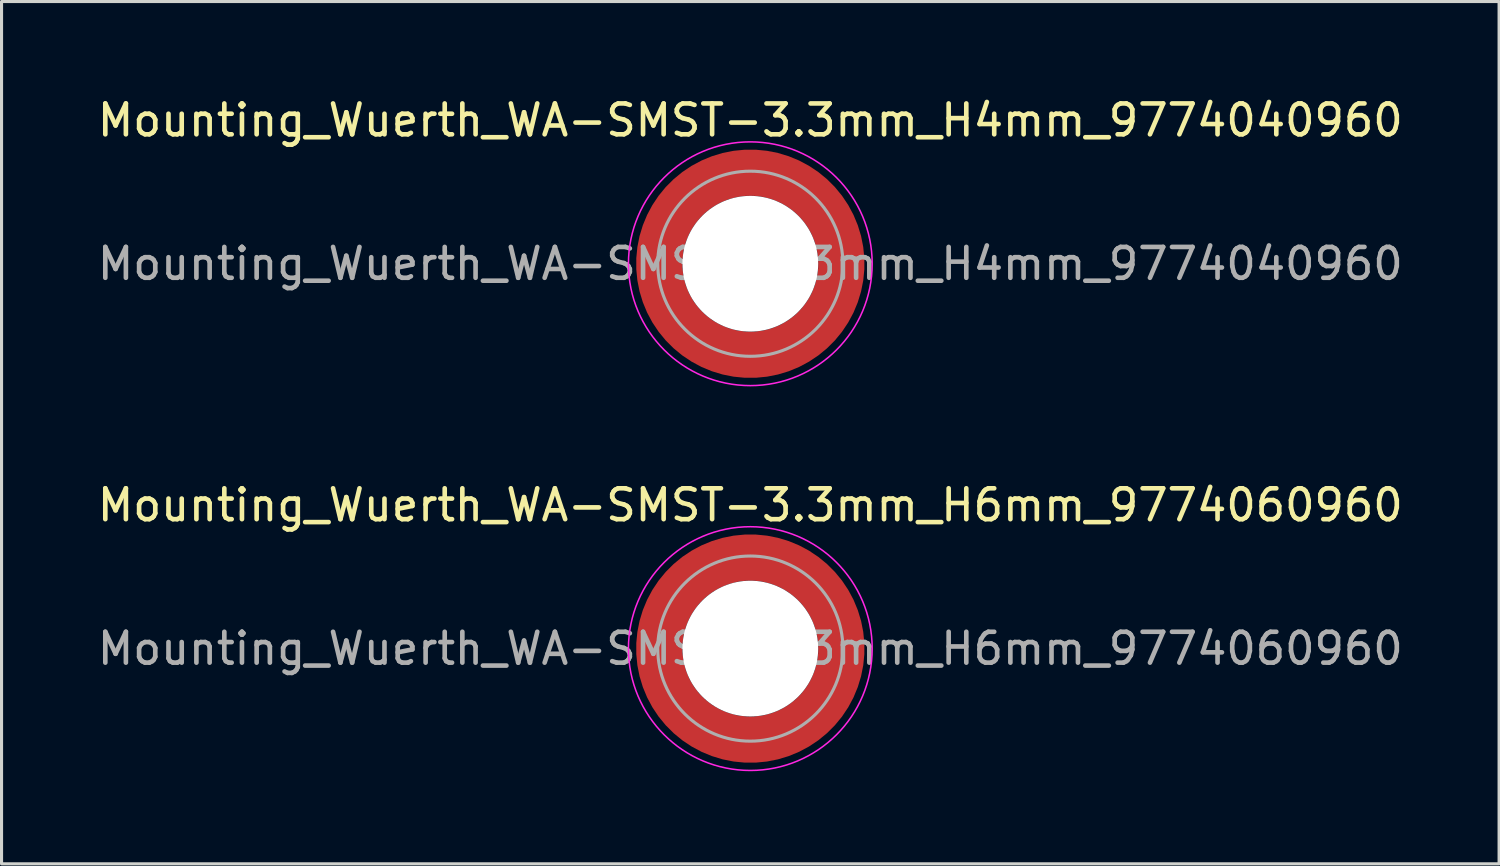
<source format=kicad_pcb>
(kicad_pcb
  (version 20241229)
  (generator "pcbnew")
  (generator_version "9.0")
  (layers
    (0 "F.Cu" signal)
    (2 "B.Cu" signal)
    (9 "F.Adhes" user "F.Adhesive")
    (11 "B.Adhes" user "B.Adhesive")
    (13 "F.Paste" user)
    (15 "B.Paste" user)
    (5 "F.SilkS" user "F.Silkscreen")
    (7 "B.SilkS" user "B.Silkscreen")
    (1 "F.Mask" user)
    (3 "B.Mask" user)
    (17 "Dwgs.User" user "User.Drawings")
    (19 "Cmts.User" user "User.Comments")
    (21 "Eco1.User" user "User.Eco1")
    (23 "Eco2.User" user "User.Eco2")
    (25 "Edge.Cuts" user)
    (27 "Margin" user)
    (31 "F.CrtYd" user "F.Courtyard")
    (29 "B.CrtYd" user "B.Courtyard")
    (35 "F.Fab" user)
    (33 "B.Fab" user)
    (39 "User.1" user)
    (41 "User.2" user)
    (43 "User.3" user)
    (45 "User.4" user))
  (footprint "Mounting_Wuerth_WA-SMST-3.3mm_H4mm_9774040960"
    (layer "F.Cu")
    (at 21.268 5.498)
    (property "Reference" "Mounting_Wuerth_WA-SMST-3.3mm_H4mm_9774040960" (at 0 -4.65 0) (layer "F.SilkS") (effects (font (size 1 1) (thickness 0.15))))
    (attr smd)
    (fp_circle (center 0 0) (end 3.95 0) (stroke (width 0.05) (type solid)) (fill no) (layer "F.CrtYd"))
    (fp_circle (center 0 0) (end 3 0) (stroke (width 0.1) (type solid)) (fill no) (layer "F.Fab"))
    (fp_text user "${REFERENCE}" (at 0 0 0) (layer "F.Fab") (effects (font (size 1 1) (thickness 0.15))))
    (pad "" smd custom (at -2.058 -2.058) (size 0.7 0.7) (layers "F.Paste") (options (anchor circle)) (primitives (gr_arc (start -0.377294 1.707681) (mid 0.317579 0.318817) (end 1.705947 -0.377044) (width 0.2)) (gr_arc (start -0.478281 1.707681) (mid 0.246161 0.248814) (end 1.703965 -0.477765) (width 0.2)) (gr_arc (start -0.579192 1.707681) (mid 0.175492 0.178063) (end 1.704077 -0.578711) (width 0.2)) (gr_arc (start -0.680037 1.707681) (mid 0.105568 0.106564) (end 1.706284 -0.679858) (width 0.2)) (gr_arc (start -0.780822 1.707681) (mid 0.034627 0.036085) (end 1.705634 -0.780569) (width 0.2)) (gr_arc (start -0.881554 1.707681) (mid -0.035694 -0.035016) (end 1.706729 -0.881441) (width 0.2)) (gr_arc (start -0.982237 1.707681) (mid -0.107281 -0.10485) (end 1.704266 -0.981842) (width 0.2)) (gr_arc (start -1.082877 1.707681) (mid -0.178372 -0.175181) (end 1.703197 -1.082374) (width 0.2)) (gr_arc (start -1.183476 1.707681) (mid -0.248964 -0.246008) (end 1.703525 -1.183025) (width 0.2)) (gr_arc (start -1.28404 1.707681) (mid -0.319062 -0.317333) (end 1.70525 -1.283784) (width 0.2)) (gr_line (start 1.708 -0.377) (end 1.708 -1.284) (width 0.2)) (gr_line (start -0.377 1.708) (end -1.284 1.708) (width 0.2))))
    (pad "" smd custom (at -2.058 2.058) (size 0.7 0.7) (layers "F.Paste") (options (anchor circle)) (primitives (gr_arc (start 1.707681 0.377294) (mid 0.318817 -0.317579) (end -0.377044 -1.705947) (width 0.2)) (gr_arc (start 1.707681 0.478281) (mid 0.248814 -0.246161) (end -0.477765 -1.703965) (width 0.2)) (gr_arc (start 1.707681 0.579192) (mid 0.178063 -0.175492) (end -0.578711 -1.704077) (width 0.2)) (gr_arc (start 1.707681 0.680037) (mid 0.106564 -0.105568) (end -0.679858 -1.706284) (width 0.2)) (gr_arc (start 1.707681 0.780822) (mid 0.036085 -0.034627) (end -0.780569 -1.705634) (width 0.2)) (gr_arc (start 1.707681 0.881554) (mid -0.035016 0.035694) (end -0.881441 -1.706729) (width 0.2)) (gr_arc (start 1.707681 0.982237) (mid -0.10485 0.107281) (end -0.981842 -1.704266) (width 0.2)) (gr_arc (start 1.707681 1.082877) (mid -0.175181 0.178372) (end -1.082374 -1.703197) (width 0.2)) (gr_arc (start 1.707681 1.183476) (mid -0.246008 0.248964) (end -1.183025 -1.703525) (width 0.2)) (gr_arc (start 1.707681 1.28404) (mid -0.317333 0.319062) (end -1.283784 -1.70525) (width 0.2)) (gr_line (start -0.377 -1.708) (end -1.284 -1.708) (width 0.2)) (gr_line (start 1.708 0.377) (end 1.708 1.284) (width 0.2))))
    (pad "" np_thru_hole circle (at 0 0) (size 4.4 4.4) (drill 4.4) (layers "*.Cu" "*.Mask"))
    (pad "" smd custom (at 2.058 -2.058) (size 0.7 0.7) (layers "F.Paste") (options (anchor circle)) (primitives (gr_arc (start -1.707681 -0.377294) (mid -0.318817 0.317579) (end 0.377044 1.705947) (width 0.2)) (gr_arc (start -1.707681 -0.478281) (mid -0.248814 0.246161) (end 0.477765 1.703965) (width 0.2)) (gr_arc (start -1.707681 -0.579192) (mid -0.178063 0.175492) (end 0.578711 1.704077) (width 0.2)) (gr_arc (start -1.707681 -0.680037) (mid -0.106564 0.105568) (end 0.679858 1.706284) (width 0.2)) (gr_arc (start -1.707681 -0.780822) (mid -0.036085 0.034627) (end 0.780569 1.705634) (width 0.2)) (gr_arc (start -1.707681 -0.881554) (mid 0.035016 -0.035694) (end 0.881441 1.706729) (width 0.2)) (gr_arc (start -1.707681 -0.982237) (mid 0.10485 -0.107281) (end 0.981842 1.704266) (width 0.2)) (gr_arc (start -1.707681 -1.082877) (mid 0.175181 -0.178372) (end 1.082374 1.703197) (width 0.2)) (gr_arc (start -1.707681 -1.183476) (mid 0.246008 -0.248964) (end 1.183025 1.703525) (width 0.2)) (gr_arc (start -1.707681 -1.28404) (mid 0.317333 -0.319062) (end 1.283784 1.70525) (width 0.2)) (gr_line (start 0.377 1.708) (end 1.284 1.708) (width 0.2)) (gr_line (start -1.708 -0.377) (end -1.708 -1.284) (width 0.2))))
    (pad "" smd custom (at 2.058 2.058) (size 0.7 0.7) (layers "F.Paste") (options (anchor circle)) (primitives (gr_arc (start 0.377294 -1.707681) (mid -0.317579 -0.318817) (end -1.705947 0.377044) (width 0.2)) (gr_arc (start 0.478281 -1.707681) (mid -0.246161 -0.248814) (end -1.703965 0.477765) (width 0.2)) (gr_arc (start 0.579192 -1.707681) (mid -0.175492 -0.178063) (end -1.704077 0.578711) (width 0.2)) (gr_arc (start 0.680037 -1.707681) (mid -0.105568 -0.106564) (end -1.706284 0.679858) (width 0.2)) (gr_arc (start 0.780822 -1.707681) (mid -0.034627 -0.036085) (end -1.705634 0.780569) (width 0.2)) (gr_arc (start 0.881554 -1.707681) (mid 0.035694 0.035016) (end -1.706729 0.881441) (width 0.2)) (gr_arc (start 0.982237 -1.707681) (mid 0.107281 0.10485) (end -1.704266 0.981842) (width 0.2)) (gr_arc (start 1.082877 -1.707681) (mid 0.178372 0.175181) (end -1.703197 1.082374) (width 0.2)) (gr_arc (start 1.183476 -1.707681) (mid 0.248964 0.246008) (end -1.703525 1.183025) (width 0.2)) (gr_arc (start 1.28404 -1.707681) (mid 0.319062 0.317333) (end -1.70525 1.283784) (width 0.2)) (gr_line (start -1.708 0.377) (end -1.708 1.284) (width 0.2)) (gr_line (start 0.377 -1.708) (end 1.284 -1.708) (width 0.2))))
    (pad "1" smd circle (at -2.95 0) (size 1.1 1.1) (layers "F.Cu"))
    (pad "1" smd circle (at 0 -2.95) (size 1.1 1.1) (layers "F.Cu"))
    (pad "1" smd circle (at 0 2.95) (size 1.1 1.1) (layers "F.Cu"))
    (pad "1" smd custom (at 2.95 0) (size 1.1 1.1) (layers "F.Cu" "F.Mask") (options (anchor circle)) (primitives (gr_circle (center -2.95 0) (end 0 0) (width 1.5) (fill no)))))
  (footprint "Mounting_Wuerth_WA-SMST-3.3mm_H6mm_9774060960"
    (layer "F.Cu")
    (at 21.268 17.971)
    (property "Reference" "Mounting_Wuerth_WA-SMST-3.3mm_H6mm_9774060960" (at 0 -4.65 0) (layer "F.SilkS") (effects (font (size 1 1) (thickness 0.15))))
    (attr smd)
    (fp_circle (center 0 0) (end 3.95 0) (stroke (width 0.05) (type solid)) (fill no) (layer "F.CrtYd"))
    (fp_circle (center 0 0) (end 3 0) (stroke (width 0.1) (type solid)) (fill no) (layer "F.Fab"))
    (fp_text user "${REFERENCE}" (at 0 0 0) (layer "F.Fab") (effects (font (size 1 1) (thickness 0.15))))
    (pad "" smd custom (at -2.058 -2.058) (size 0.7 0.7) (layers "F.Paste") (options (anchor circle)) (primitives (gr_arc (start -0.377294 1.707681) (mid 0.317579 0.318817) (end 1.705947 -0.377044) (width 0.2)) (gr_arc (start -0.478281 1.707681) (mid 0.246161 0.248814) (end 1.703965 -0.477765) (width 0.2)) (gr_arc (start -0.579192 1.707681) (mid 0.175492 0.178063) (end 1.704077 -0.578711) (width 0.2)) (gr_arc (start -0.680037 1.707681) (mid 0.105568 0.106564) (end 1.706284 -0.679858) (width 0.2)) (gr_arc (start -0.780822 1.707681) (mid 0.034627 0.036085) (end 1.705634 -0.780569) (width 0.2)) (gr_arc (start -0.881554 1.707681) (mid -0.035694 -0.035016) (end 1.706729 -0.881441) (width 0.2)) (gr_arc (start -0.982237 1.707681) (mid -0.107281 -0.10485) (end 1.704266 -0.981842) (width 0.2)) (gr_arc (start -1.082877 1.707681) (mid -0.178372 -0.175181) (end 1.703197 -1.082374) (width 0.2)) (gr_arc (start -1.183476 1.707681) (mid -0.248964 -0.246008) (end 1.703525 -1.183025) (width 0.2)) (gr_arc (start -1.28404 1.707681) (mid -0.319062 -0.317333) (end 1.70525 -1.283784) (width 0.2)) (gr_line (start 1.708 -0.377) (end 1.708 -1.284) (width 0.2)) (gr_line (start -0.377 1.708) (end -1.284 1.708) (width 0.2))))
    (pad "" smd custom (at -2.058 2.058) (size 0.7 0.7) (layers "F.Paste") (options (anchor circle)) (primitives (gr_arc (start 1.707681 0.377294) (mid 0.318817 -0.317579) (end -0.377044 -1.705947) (width 0.2)) (gr_arc (start 1.707681 0.478281) (mid 0.248814 -0.246161) (end -0.477765 -1.703965) (width 0.2)) (gr_arc (start 1.707681 0.579192) (mid 0.178063 -0.175492) (end -0.578711 -1.704077) (width 0.2)) (gr_arc (start 1.707681 0.680037) (mid 0.106564 -0.105568) (end -0.679858 -1.706284) (width 0.2)) (gr_arc (start 1.707681 0.780822) (mid 0.036085 -0.034627) (end -0.780569 -1.705634) (width 0.2)) (gr_arc (start 1.707681 0.881554) (mid -0.035016 0.035694) (end -0.881441 -1.706729) (width 0.2)) (gr_arc (start 1.707681 0.982237) (mid -0.10485 0.107281) (end -0.981842 -1.704266) (width 0.2)) (gr_arc (start 1.707681 1.082877) (mid -0.175181 0.178372) (end -1.082374 -1.703197) (width 0.2)) (gr_arc (start 1.707681 1.183476) (mid -0.246008 0.248964) (end -1.183025 -1.703525) (width 0.2)) (gr_arc (start 1.707681 1.28404) (mid -0.317333 0.319062) (end -1.283784 -1.70525) (width 0.2)) (gr_line (start -0.377 -1.708) (end -1.284 -1.708) (width 0.2)) (gr_line (start 1.708 0.377) (end 1.708 1.284) (width 0.2))))
    (pad "" np_thru_hole circle (at 0 0) (size 4.4 4.4) (drill 4.4) (layers "*.Cu" "*.Mask"))
    (pad "" smd custom (at 2.058 -2.058) (size 0.7 0.7) (layers "F.Paste") (options (anchor circle)) (primitives (gr_arc (start -1.707681 -0.377294) (mid -0.318817 0.317579) (end 0.377044 1.705947) (width 0.2)) (gr_arc (start -1.707681 -0.478281) (mid -0.248814 0.246161) (end 0.477765 1.703965) (width 0.2)) (gr_arc (start -1.707681 -0.579192) (mid -0.178063 0.175492) (end 0.578711 1.704077) (width 0.2)) (gr_arc (start -1.707681 -0.680037) (mid -0.106564 0.105568) (end 0.679858 1.706284) (width 0.2)) (gr_arc (start -1.707681 -0.780822) (mid -0.036085 0.034627) (end 0.780569 1.705634) (width 0.2)) (gr_arc (start -1.707681 -0.881554) (mid 0.035016 -0.035694) (end 0.881441 1.706729) (width 0.2)) (gr_arc (start -1.707681 -0.982237) (mid 0.10485 -0.107281) (end 0.981842 1.704266) (width 0.2)) (gr_arc (start -1.707681 -1.082877) (mid 0.175181 -0.178372) (end 1.082374 1.703197) (width 0.2)) (gr_arc (start -1.707681 -1.183476) (mid 0.246008 -0.248964) (end 1.183025 1.703525) (width 0.2)) (gr_arc (start -1.707681 -1.28404) (mid 0.317333 -0.319062) (end 1.283784 1.70525) (width 0.2)) (gr_line (start 0.377 1.708) (end 1.284 1.708) (width 0.2)) (gr_line (start -1.708 -0.377) (end -1.708 -1.284) (width 0.2))))
    (pad "" smd custom (at 2.058 2.058) (size 0.7 0.7) (layers "F.Paste") (options (anchor circle)) (primitives (gr_arc (start 0.377294 -1.707681) (mid -0.317579 -0.318817) (end -1.705947 0.377044) (width 0.2)) (gr_arc (start 0.478281 -1.707681) (mid -0.246161 -0.248814) (end -1.703965 0.477765) (width 0.2)) (gr_arc (start 0.579192 -1.707681) (mid -0.175492 -0.178063) (end -1.704077 0.578711) (width 0.2)) (gr_arc (start 0.680037 -1.707681) (mid -0.105568 -0.106564) (end -1.706284 0.679858) (width 0.2)) (gr_arc (start 0.780822 -1.707681) (mid -0.034627 -0.036085) (end -1.705634 0.780569) (width 0.2)) (gr_arc (start 0.881554 -1.707681) (mid 0.035694 0.035016) (end -1.706729 0.881441) (width 0.2)) (gr_arc (start 0.982237 -1.707681) (mid 0.107281 0.10485) (end -1.704266 0.981842) (width 0.2)) (gr_arc (start 1.082877 -1.707681) (mid 0.178372 0.175181) (end -1.703197 1.082374) (width 0.2)) (gr_arc (start 1.183476 -1.707681) (mid 0.248964 0.246008) (end -1.703525 1.183025) (width 0.2)) (gr_arc (start 1.28404 -1.707681) (mid 0.319062 0.317333) (end -1.70525 1.283784) (width 0.2)) (gr_line (start -1.708 0.377) (end -1.708 1.284) (width 0.2)) (gr_line (start 0.377 -1.708) (end 1.284 -1.708) (width 0.2))))
    (pad "1" smd circle (at -2.95 0) (size 1.1 1.1) (layers "F.Cu"))
    (pad "1" smd circle (at 0 -2.95) (size 1.1 1.1) (layers "F.Cu"))
    (pad "1" smd circle (at 0 2.95) (size 1.1 1.1) (layers "F.Cu"))
    (pad "1" smd custom (at 2.95 0) (size 1.1 1.1) (layers "F.Cu" "F.Mask") (options (anchor circle)) (primitives (gr_circle (center -2.95 0) (end 0 0) (width 1.5) (fill no)))))
  (gr_rect
    (start -3 -3)
    (end 45.536 24.947)
    (stroke (width 0.1) (type default))
    (fill no)
    (layer "Edge.Cuts")))
</source>
